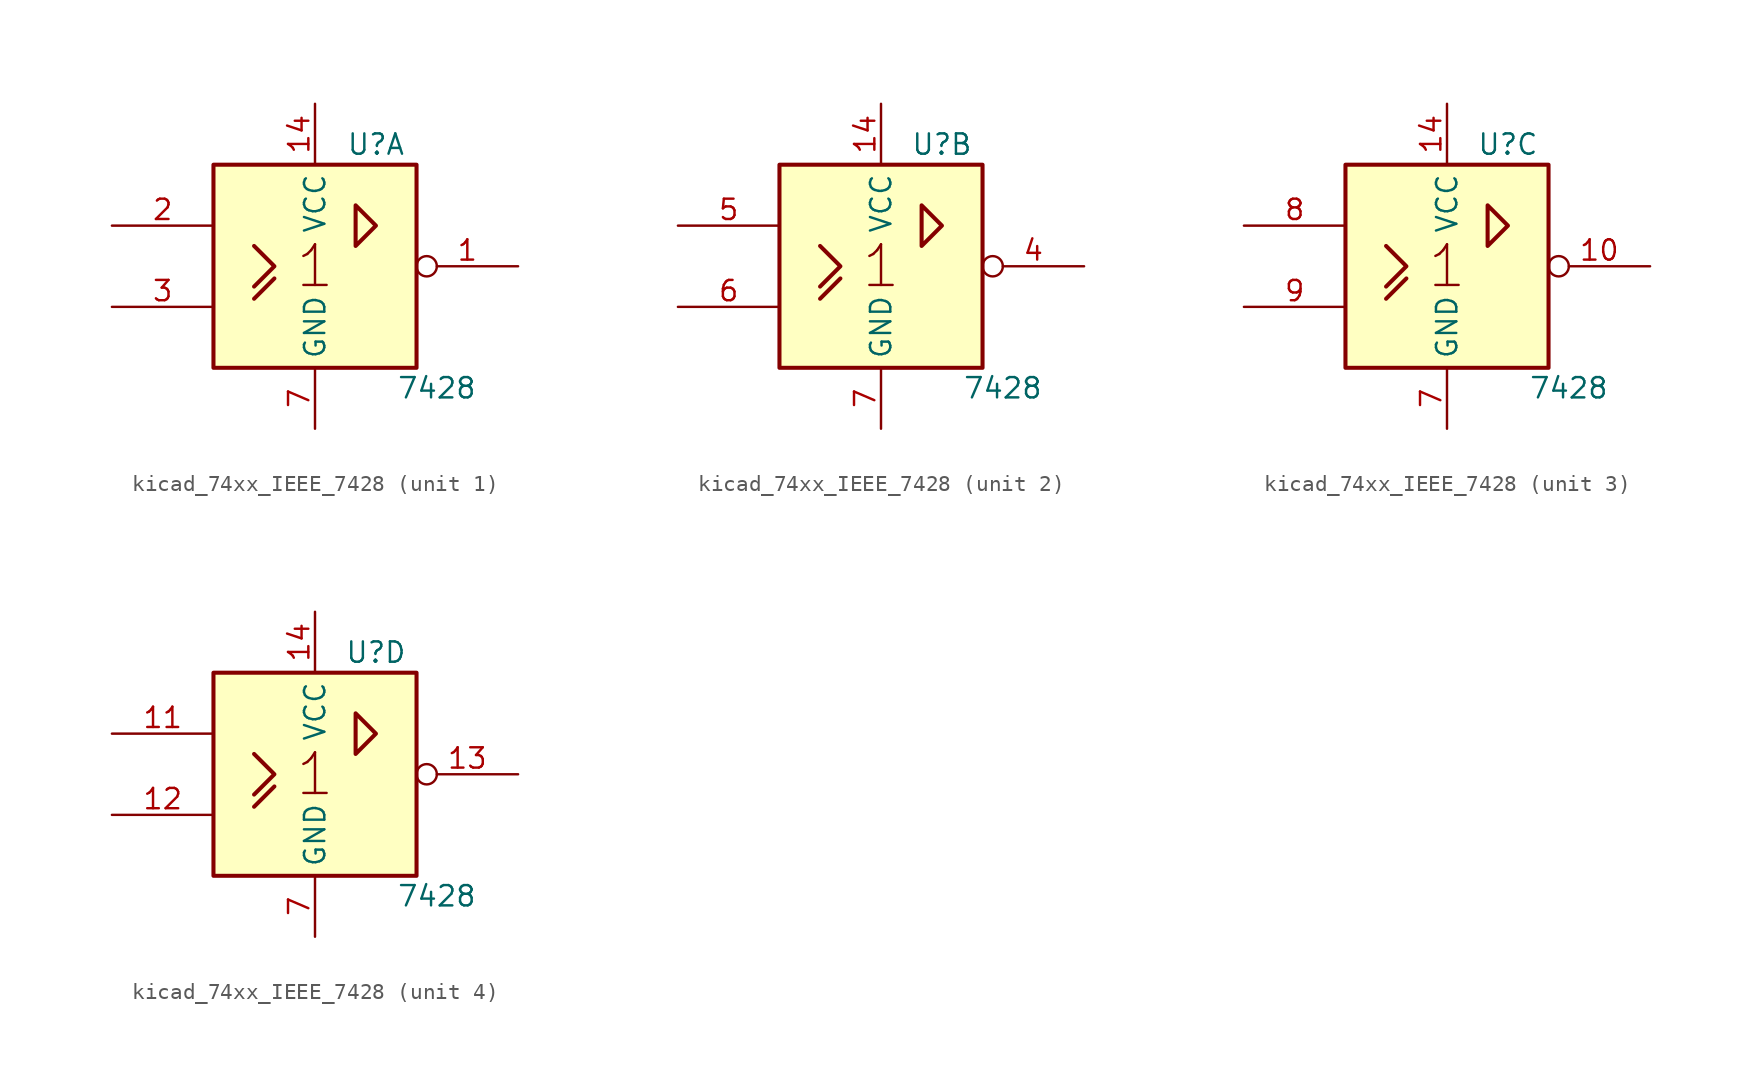
<source format=kicad_sym>
(kicad_symbol_lib
  (version 20220914)
  (generator kicad_symbol_editor)
  (symbol "kicad_74xx_IEEE_7428"
    (property "Reference" "U"
      (at 3.81 7.62 0)
      (effects (font (size 1.27 1.27))))
    (property "Value" "7428"
      (at 7.62 -7.62 0)
      (effects (font (size 1.27 1.27))))
    (symbol "kicad_74xx_IEEE_7428_0_0"
      (polyline (pts (xy -3.81 -2.032) (xy -2.54 -0.762) (xy -2.54 -0.762)) (stroke (width 0.254) (type default)) (fill (type background)))
      (polyline (pts (xy -3.81 1.27) (xy -2.54 0) (xy -3.81 -1.27) (xy -3.81 -1.27)) (stroke (width 0.254) (type default)) (fill (type background)))
      (text "1" (at 0 0 0) (effects (font (size 2.54 2.54))))
      (pin power_in line (at 0 10.16 270) (length 3.81) (name "VCC" (effects (font (size 1.27 1.27)))) (number "14" (effects (font (size 1.27 1.27)))))
      (pin power_in line (at 0 -10.16 90) (length 3.81) (name "GND" (effects (font (size 1.27 1.27)))) (number "7" (effects (font (size 1.27 1.27))))))
    (symbol "kicad_74xx_IEEE_7428_0_1"
      (rectangle (start -6.35 6.35) (end 6.35 -6.35) (stroke (width 0.254) (type default)) (fill (type background)))
      (polyline (pts (xy 2.54 1.27) (xy 2.54 3.81) (xy 3.81 2.54) (xy 2.54 1.27) (xy 2.54 1.27)) (stroke (width 0.254) (type default)) (fill (type background))))
    (symbol "kicad_74xx_IEEE_7428_1_1"
      (pin output inverted (at 12.7 0 180) (length 6.35) (name "~" (effects (font (size 1.27 1.27)))) (number "1" (effects (font (size 1.27 1.27)))))
      (pin input line (at -12.7 2.54 0) (length 6.35) (name "~" (effects (font (size 1.27 1.27)))) (number "2" (effects (font (size 1.27 1.27)))))
      (pin input line (at -12.7 -2.54 0) (length 6.35) (name "~" (effects (font (size 1.27 1.27)))) (number "3" (effects (font (size 1.27 1.27))))))
    (symbol "kicad_74xx_IEEE_7428_2_1"
      (pin output inverted (at 12.7 0 180) (length 6.35) (name "~" (effects (font (size 1.27 1.27)))) (number "4" (effects (font (size 1.27 1.27)))))
      (pin input line (at -12.7 2.54 0) (length 6.35) (name "~" (effects (font (size 1.27 1.27)))) (number "5" (effects (font (size 1.27 1.27)))))
      (pin input line (at -12.7 -2.54 0) (length 6.35) (name "~" (effects (font (size 1.27 1.27)))) (number "6" (effects (font (size 1.27 1.27))))))
    (symbol "kicad_74xx_IEEE_7428_3_1"
      (pin output inverted (at 12.7 0 180) (length 6.35) (name "~" (effects (font (size 1.27 1.27)))) (number "10" (effects (font (size 1.27 1.27)))))
      (pin input line (at -12.7 2.54 0) (length 6.35) (name "~" (effects (font (size 1.27 1.27)))) (number "8" (effects (font (size 1.27 1.27)))))
      (pin input line (at -12.7 -2.54 0) (length 6.35) (name "~" (effects (font (size 1.27 1.27)))) (number "9" (effects (font (size 1.27 1.27))))))
    (symbol "kicad_74xx_IEEE_7428_4_1"
      (pin input line (at -12.7 2.54 0) (length 6.35) (name "~" (effects (font (size 1.27 1.27)))) (number "11" (effects (font (size 1.27 1.27)))))
      (pin input line (at -12.7 -2.54 0) (length 6.35) (name "~" (effects (font (size 1.27 1.27)))) (number "12" (effects (font (size 1.27 1.27)))))
      (pin output inverted (at 12.7 0 180) (length 6.35) (name "~" (effects (font (size 1.27 1.27)))) (number "13" (effects (font (size 1.27 1.27))))))))
</source>
